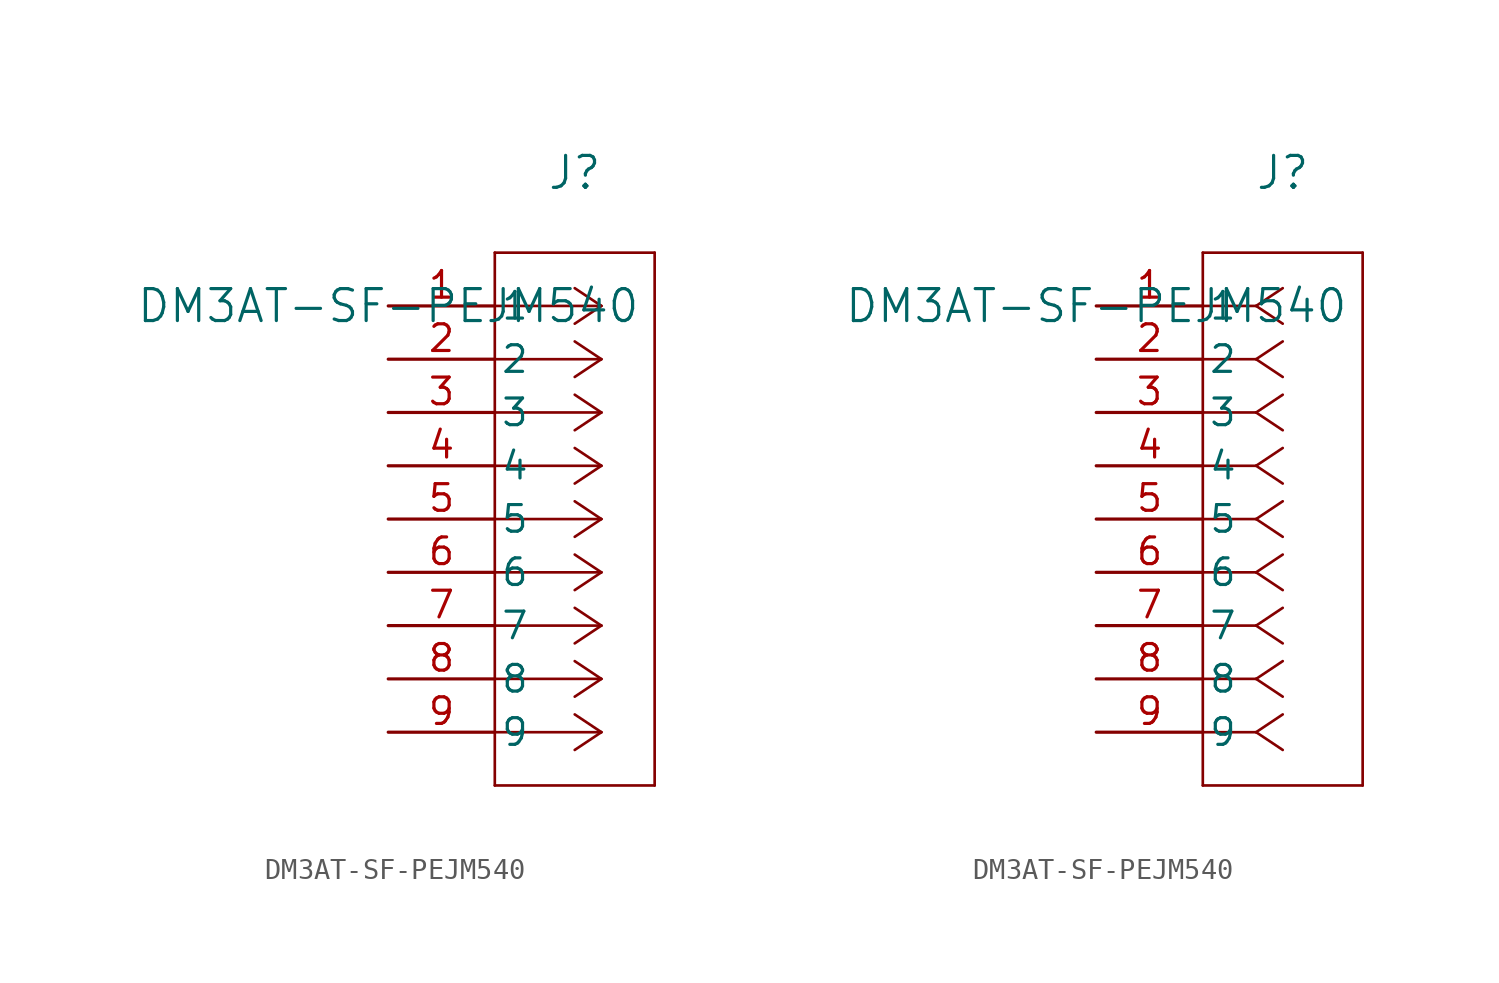
<source format=kicad_sym>
(kicad_symbol_lib
  (version 20211014)
  (generator kicad_symbol_editor)
  (symbol "DM3AT-SF-PEJM540"
    (pin_names
      (offset 0.254))
    (property "Reference" "J"
      (at 8.89 6.35 0)
      (effects (font (size 1.524 1.524))))
    (property "Value" "DM3AT-SF-PEJM540"
      (at 0 0 0)
      (effects (font (size 1.524 1.524))))
    (symbol "DM3AT-SF-PEJM540_1_1"
      (polyline (pts (xy 10.16 0) (xy 5.08 0)) (stroke (width 0.127) (type default) (color 0 0 0 0)) (fill (type none)))
      (polyline (pts (xy 10.16 -2.54) (xy 5.08 -2.54)) (stroke (width 0.127) (type default) (color 0 0 0 0)) (fill (type none)))
      (polyline (pts (xy 10.16 -5.08) (xy 5.08 -5.08)) (stroke (width 0.127) (type default) (color 0 0 0 0)) (fill (type none)))
      (polyline (pts (xy 10.16 -7.62) (xy 5.08 -7.62)) (stroke (width 0.127) (type default) (color 0 0 0 0)) (fill (type none)))
      (polyline (pts (xy 10.16 -10.16) (xy 5.08 -10.16)) (stroke (width 0.127) (type default) (color 0 0 0 0)) (fill (type none)))
      (polyline (pts (xy 10.16 -12.7) (xy 5.08 -12.7)) (stroke (width 0.127) (type default) (color 0 0 0 0)) (fill (type none)))
      (polyline (pts (xy 10.16 -15.24) (xy 5.08 -15.24)) (stroke (width 0.127) (type default) (color 0 0 0 0)) (fill (type none)))
      (polyline (pts (xy 10.16 -17.78) (xy 5.08 -17.78)) (stroke (width 0.127) (type default) (color 0 0 0 0)) (fill (type none)))
      (polyline (pts (xy 10.16 -20.32) (xy 5.08 -20.32)) (stroke (width 0.127) (type default) (color 0 0 0 0)) (fill (type none)))
      (polyline (pts (xy 10.16 0) (xy 8.89 0.847)) (stroke (width 0.127) (type default) (color 0 0 0 0)) (fill (type none)))
      (polyline (pts (xy 10.16 -2.54) (xy 8.89 -1.693)) (stroke (width 0.127) (type default) (color 0 0 0 0)) (fill (type none)))
      (polyline (pts (xy 10.16 -5.08) (xy 8.89 -4.233)) (stroke (width 0.127) (type default) (color 0 0 0 0)) (fill (type none)))
      (polyline (pts (xy 10.16 -7.62) (xy 8.89 -6.773)) (stroke (width 0.127) (type default) (color 0 0 0 0)) (fill (type none)))
      (polyline (pts (xy 10.16 -10.16) (xy 8.89 -9.313)) (stroke (width 0.127) (type default) (color 0 0 0 0)) (fill (type none)))
      (polyline (pts (xy 10.16 -12.7) (xy 8.89 -11.853)) (stroke (width 0.127) (type default) (color 0 0 0 0)) (fill (type none)))
      (polyline (pts (xy 10.16 -15.24) (xy 8.89 -14.393)) (stroke (width 0.127) (type default) (color 0 0 0 0)) (fill (type none)))
      (polyline (pts (xy 10.16 -17.78) (xy 8.89 -16.933)) (stroke (width 0.127) (type default) (color 0 0 0 0)) (fill (type none)))
      (polyline (pts (xy 10.16 -20.32) (xy 8.89 -19.473)) (stroke (width 0.127) (type default) (color 0 0 0 0)) (fill (type none)))
      (polyline (pts (xy 10.16 0) (xy 8.89 -0.847)) (stroke (width 0.127) (type default) (color 0 0 0 0)) (fill (type none)))
      (polyline (pts (xy 10.16 -2.54) (xy 8.89 -3.387)) (stroke (width 0.127) (type default) (color 0 0 0 0)) (fill (type none)))
      (polyline (pts (xy 10.16 -5.08) (xy 8.89 -5.927)) (stroke (width 0.127) (type default) (color 0 0 0 0)) (fill (type none)))
      (polyline (pts (xy 10.16 -7.62) (xy 8.89 -8.467)) (stroke (width 0.127) (type default) (color 0 0 0 0)) (fill (type none)))
      (polyline (pts (xy 10.16 -10.16) (xy 8.89 -11.007)) (stroke (width 0.127) (type default) (color 0 0 0 0)) (fill (type none)))
      (polyline (pts (xy 10.16 -12.7) (xy 8.89 -13.547)) (stroke (width 0.127) (type default) (color 0 0 0 0)) (fill (type none)))
      (polyline (pts (xy 10.16 -15.24) (xy 8.89 -16.087)) (stroke (width 0.127) (type default) (color 0 0 0 0)) (fill (type none)))
      (polyline (pts (xy 10.16 -17.78) (xy 8.89 -18.627)) (stroke (width 0.127) (type default) (color 0 0 0 0)) (fill (type none)))
      (polyline (pts (xy 10.16 -20.32) (xy 8.89 -21.167)) (stroke (width 0.127) (type default) (color 0 0 0 0)) (fill (type none)))
      (polyline (pts (xy 5.08 2.54) (xy 5.08 -22.86)) (stroke (width 0.127) (type default) (color 0 0 0 0)) (fill (type none)))
      (polyline (pts (xy 5.08 -22.86) (xy 12.7 -22.86)) (stroke (width 0.127) (type default) (color 0 0 0 0)) (fill (type none)))
      (polyline (pts (xy 12.7 -22.86) (xy 12.7 2.54)) (stroke (width 0.127) (type default) (color 0 0 0 0)) (fill (type none)))
      (polyline (pts (xy 12.7 2.54) (xy 5.08 2.54)) (stroke (width 0.127) (type default) (color 0 0 0 0)) (fill (type none)))
      (pin unspecified line (at 0 0 0) (length 5.08) (name "1" (effects (font (size 1.27 1.27)))) (number "1" (effects (font (size 1.27 1.27)))))
      (pin unspecified line (at 0 -2.54 0) (length 5.08) (name "2" (effects (font (size 1.27 1.27)))) (number "2" (effects (font (size 1.27 1.27)))))
      (pin unspecified line (at 0 -5.08 0) (length 5.08) (name "3" (effects (font (size 1.27 1.27)))) (number "3" (effects (font (size 1.27 1.27)))))
      (pin unspecified line (at 0 -7.62 0) (length 5.08) (name "4" (effects (font (size 1.27 1.27)))) (number "4" (effects (font (size 1.27 1.27)))))
      (pin unspecified line (at 0 -10.16 0) (length 5.08) (name "5" (effects (font (size 1.27 1.27)))) (number "5" (effects (font (size 1.27 1.27)))))
      (pin unspecified line (at 0 -12.7 0) (length 5.08) (name "6" (effects (font (size 1.27 1.27)))) (number "6" (effects (font (size 1.27 1.27)))))
      (pin unspecified line (at 0 -15.24 0) (length 5.08) (name "7" (effects (font (size 1.27 1.27)))) (number "7" (effects (font (size 1.27 1.27)))))
      (pin unspecified line (at 0 -17.78 0) (length 5.08) (name "8" (effects (font (size 1.27 1.27)))) (number "8" (effects (font (size 1.27 1.27)))))
      (pin unspecified line (at 0 -20.32 0) (length 5.08) (name "9" (effects (font (size 1.27 1.27)))) (number "9" (effects (font (size 1.27 1.27))))))
    (symbol "DM3AT-SF-PEJM540_1_2"
      (polyline (pts (xy 7.62 0) (xy 5.08 0)) (stroke (width 0.127) (type default) (color 0 0 0 0)) (fill (type none)))
      (polyline (pts (xy 7.62 -2.54) (xy 5.08 -2.54)) (stroke (width 0.127) (type default) (color 0 0 0 0)) (fill (type none)))
      (polyline (pts (xy 7.62 -5.08) (xy 5.08 -5.08)) (stroke (width 0.127) (type default) (color 0 0 0 0)) (fill (type none)))
      (polyline (pts (xy 7.62 -7.62) (xy 5.08 -7.62)) (stroke (width 0.127) (type default) (color 0 0 0 0)) (fill (type none)))
      (polyline (pts (xy 7.62 -10.16) (xy 5.08 -10.16)) (stroke (width 0.127) (type default) (color 0 0 0 0)) (fill (type none)))
      (polyline (pts (xy 7.62 -12.7) (xy 5.08 -12.7)) (stroke (width 0.127) (type default) (color 0 0 0 0)) (fill (type none)))
      (polyline (pts (xy 7.62 -15.24) (xy 5.08 -15.24)) (stroke (width 0.127) (type default) (color 0 0 0 0)) (fill (type none)))
      (polyline (pts (xy 7.62 -17.78) (xy 5.08 -17.78)) (stroke (width 0.127) (type default) (color 0 0 0 0)) (fill (type none)))
      (polyline (pts (xy 7.62 -20.32) (xy 5.08 -20.32)) (stroke (width 0.127) (type default) (color 0 0 0 0)) (fill (type none)))
      (polyline (pts (xy 7.62 0) (xy 8.89 0.847)) (stroke (width 0.127) (type default) (color 0 0 0 0)) (fill (type none)))
      (polyline (pts (xy 7.62 -2.54) (xy 8.89 -1.693)) (stroke (width 0.127) (type default) (color 0 0 0 0)) (fill (type none)))
      (polyline (pts (xy 7.62 -5.08) (xy 8.89 -4.233)) (stroke (width 0.127) (type default) (color 0 0 0 0)) (fill (type none)))
      (polyline (pts (xy 7.62 -7.62) (xy 8.89 -6.773)) (stroke (width 0.127) (type default) (color 0 0 0 0)) (fill (type none)))
      (polyline (pts (xy 7.62 -10.16) (xy 8.89 -9.313)) (stroke (width 0.127) (type default) (color 0 0 0 0)) (fill (type none)))
      (polyline (pts (xy 7.62 -12.7) (xy 8.89 -11.853)) (stroke (width 0.127) (type default) (color 0 0 0 0)) (fill (type none)))
      (polyline (pts (xy 7.62 -15.24) (xy 8.89 -14.393)) (stroke (width 0.127) (type default) (color 0 0 0 0)) (fill (type none)))
      (polyline (pts (xy 7.62 -17.78) (xy 8.89 -16.933)) (stroke (width 0.127) (type default) (color 0 0 0 0)) (fill (type none)))
      (polyline (pts (xy 7.62 -20.32) (xy 8.89 -19.473)) (stroke (width 0.127) (type default) (color 0 0 0 0)) (fill (type none)))
      (polyline (pts (xy 7.62 0) (xy 8.89 -0.847)) (stroke (width 0.127) (type default) (color 0 0 0 0)) (fill (type none)))
      (polyline (pts (xy 7.62 -2.54) (xy 8.89 -3.387)) (stroke (width 0.127) (type default) (color 0 0 0 0)) (fill (type none)))
      (polyline (pts (xy 7.62 -5.08) (xy 8.89 -5.927)) (stroke (width 0.127) (type default) (color 0 0 0 0)) (fill (type none)))
      (polyline (pts (xy 7.62 -7.62) (xy 8.89 -8.467)) (stroke (width 0.127) (type default) (color 0 0 0 0)) (fill (type none)))
      (polyline (pts (xy 7.62 -10.16) (xy 8.89 -11.007)) (stroke (width 0.127) (type default) (color 0 0 0 0)) (fill (type none)))
      (polyline (pts (xy 7.62 -12.7) (xy 8.89 -13.547)) (stroke (width 0.127) (type default) (color 0 0 0 0)) (fill (type none)))
      (polyline (pts (xy 7.62 -15.24) (xy 8.89 -16.087)) (stroke (width 0.127) (type default) (color 0 0 0 0)) (fill (type none)))
      (polyline (pts (xy 7.62 -17.78) (xy 8.89 -18.627)) (stroke (width 0.127) (type default) (color 0 0 0 0)) (fill (type none)))
      (polyline (pts (xy 7.62 -20.32) (xy 8.89 -21.167)) (stroke (width 0.127) (type default) (color 0 0 0 0)) (fill (type none)))
      (polyline (pts (xy 5.08 2.54) (xy 5.08 -22.86)) (stroke (width 0.127) (type default) (color 0 0 0 0)) (fill (type none)))
      (polyline (pts (xy 5.08 -22.86) (xy 12.7 -22.86)) (stroke (width 0.127) (type default) (color 0 0 0 0)) (fill (type none)))
      (polyline (pts (xy 12.7 -22.86) (xy 12.7 2.54)) (stroke (width 0.127) (type default) (color 0 0 0 0)) (fill (type none)))
      (polyline (pts (xy 12.7 2.54) (xy 5.08 2.54)) (stroke (width 0.127) (type default) (color 0 0 0 0)) (fill (type none)))
      (pin unspecified line (at 0 0 0) (length 5.08) (name "1" (effects (font (size 1.27 1.27)))) (number "1" (effects (font (size 1.27 1.27)))))
      (pin unspecified line (at 0 -2.54 0) (length 5.08) (name "2" (effects (font (size 1.27 1.27)))) (number "2" (effects (font (size 1.27 1.27)))))
      (pin unspecified line (at 0 -5.08 0) (length 5.08) (name "3" (effects (font (size 1.27 1.27)))) (number "3" (effects (font (size 1.27 1.27)))))
      (pin unspecified line (at 0 -7.62 0) (length 5.08) (name "4" (effects (font (size 1.27 1.27)))) (number "4" (effects (font (size 1.27 1.27)))))
      (pin unspecified line (at 0 -10.16 0) (length 5.08) (name "5" (effects (font (size 1.27 1.27)))) (number "5" (effects (font (size 1.27 1.27)))))
      (pin unspecified line (at 0 -12.7 0) (length 5.08) (name "6" (effects (font (size 1.27 1.27)))) (number "6" (effects (font (size 1.27 1.27)))))
      (pin unspecified line (at 0 -15.24 0) (length 5.08) (name "7" (effects (font (size 1.27 1.27)))) (number "7" (effects (font (size 1.27 1.27)))))
      (pin unspecified line (at 0 -17.78 0) (length 5.08) (name "8" (effects (font (size 1.27 1.27)))) (number "8" (effects (font (size 1.27 1.27)))))
      (pin unspecified line (at 0 -20.32 0) (length 5.08) (name "9" (effects (font (size 1.27 1.27)))) (number "9" (effects (font (size 1.27 1.27))))))))
</source>
